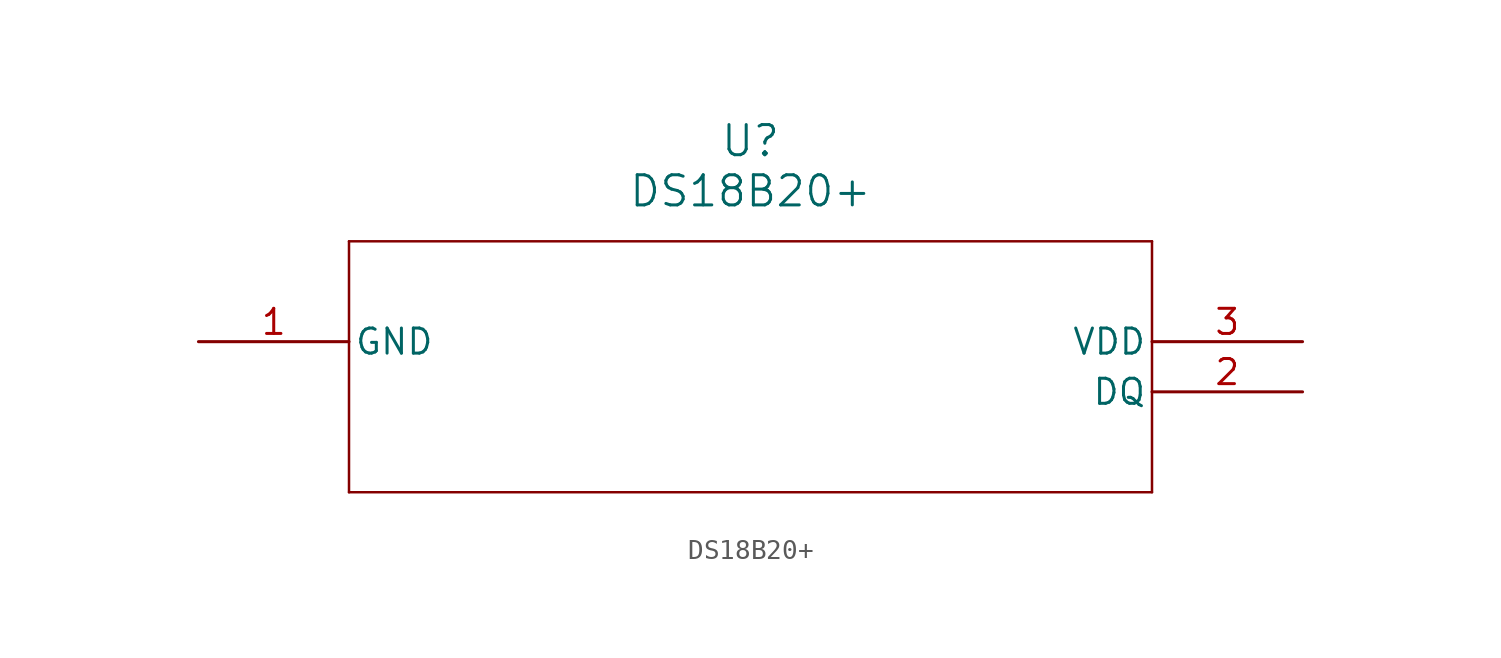
<source format=kicad_sym>
(kicad_symbol_lib
  (version 20211014)
  (generator kicad_symbol_editor)
  (symbol "DS18B20+"
    (pin_names
      (offset 0.254))
    (property "Reference" "U"
      (at 27.94 10.16 0)
      (effects (font (size 1.524 1.524))))
    (property "Value" "DS18B20+"
      (at 27.94 7.62 0)
      (effects (font (size 1.524 1.524))))
    (symbol "DS18B20+_0_1"
      (polyline (pts (xy 7.62 5.08) (xy 7.62 -7.62)) (stroke (width 0.127) (type default) (color 0 0 0 0)) (fill (type none)))
      (polyline (pts (xy 7.62 -7.62) (xy 48.26 -7.62)) (stroke (width 0.127) (type default) (color 0 0 0 0)) (fill (type none)))
      (polyline (pts (xy 48.26 -7.62) (xy 48.26 5.08)) (stroke (width 0.127) (type default) (color 0 0 0 0)) (fill (type none)))
      (polyline (pts (xy 48.26 5.08) (xy 7.62 5.08)) (stroke (width 0.127) (type default) (color 0 0 0 0)) (fill (type none)))
      (pin power_in line (at 0 0 0) (length 7.62) (name "GND" (effects (font (size 1.27 1.27)))) (number "1" (effects (font (size 1.27 1.27)))))
      (pin bidirectional line (at 55.88 -2.54 180) (length 7.62) (name "DQ" (effects (font (size 1.27 1.27)))) (number "2" (effects (font (size 1.27 1.27)))))
      (pin power_in line (at 55.88 0 180) (length 7.62) (name "VDD" (effects (font (size 1.27 1.27)))) (number "3" (effects (font (size 1.27 1.27))))))))
</source>
